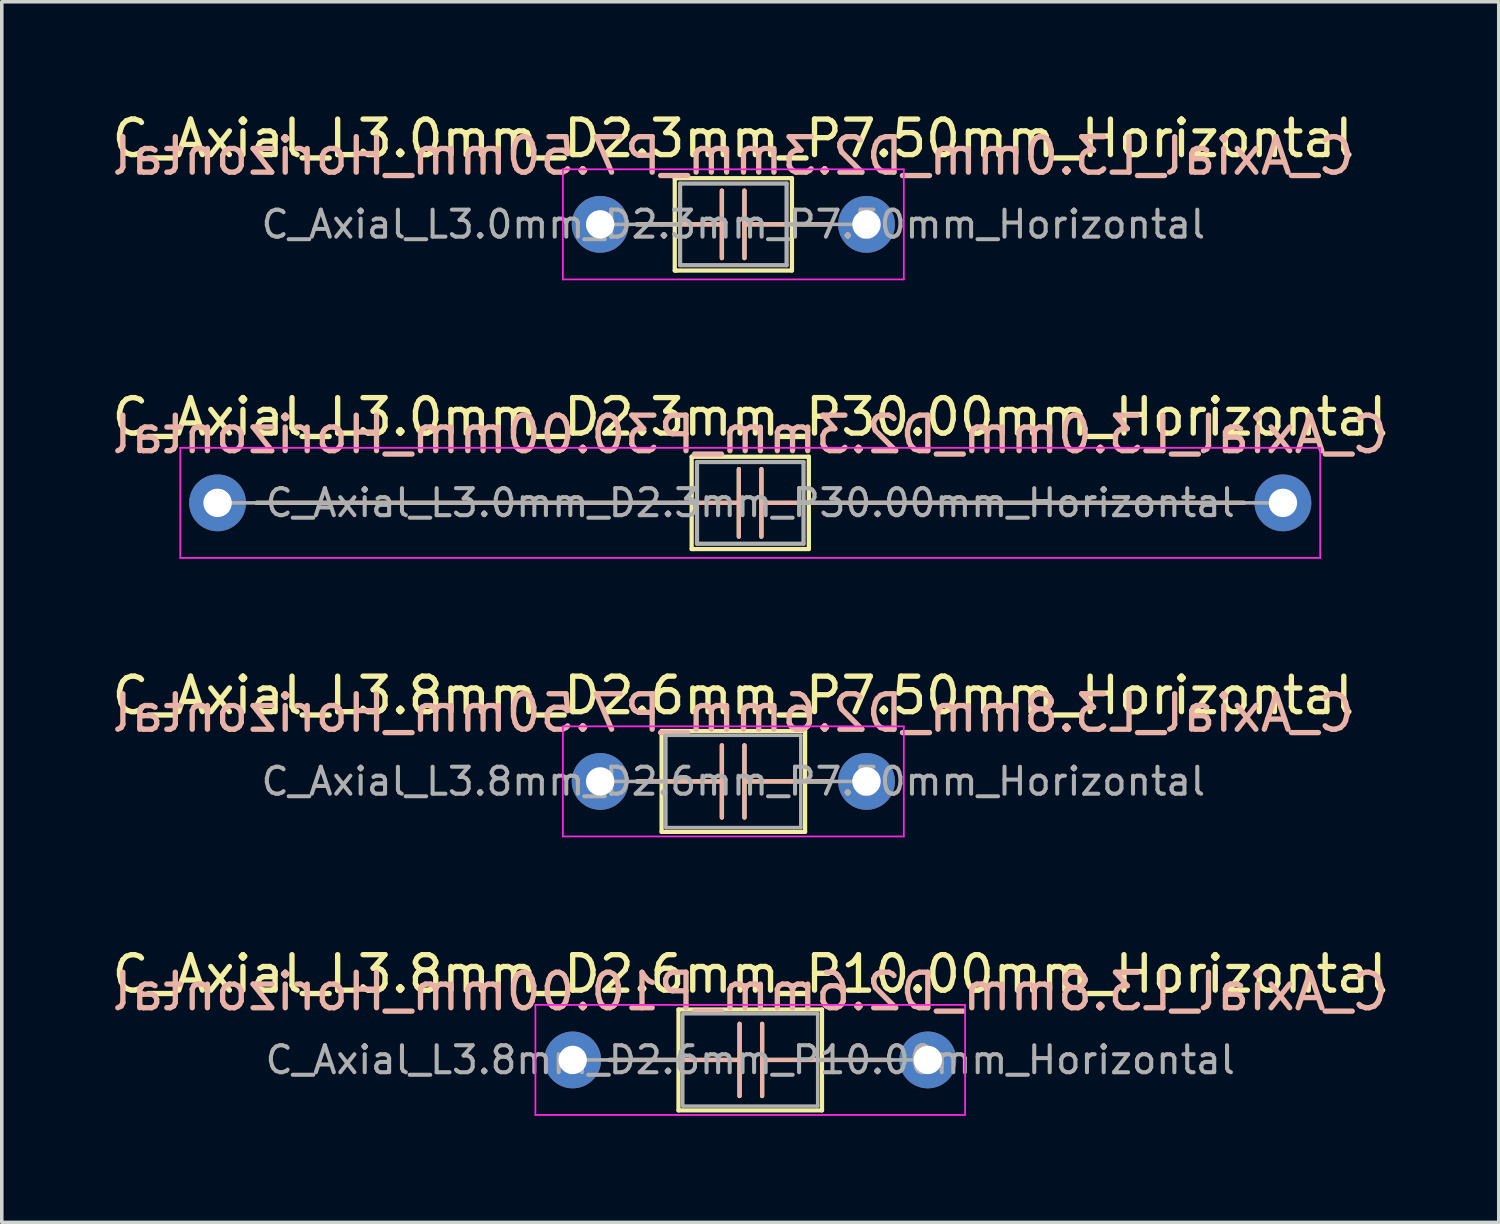
<source format=kicad_pcb>
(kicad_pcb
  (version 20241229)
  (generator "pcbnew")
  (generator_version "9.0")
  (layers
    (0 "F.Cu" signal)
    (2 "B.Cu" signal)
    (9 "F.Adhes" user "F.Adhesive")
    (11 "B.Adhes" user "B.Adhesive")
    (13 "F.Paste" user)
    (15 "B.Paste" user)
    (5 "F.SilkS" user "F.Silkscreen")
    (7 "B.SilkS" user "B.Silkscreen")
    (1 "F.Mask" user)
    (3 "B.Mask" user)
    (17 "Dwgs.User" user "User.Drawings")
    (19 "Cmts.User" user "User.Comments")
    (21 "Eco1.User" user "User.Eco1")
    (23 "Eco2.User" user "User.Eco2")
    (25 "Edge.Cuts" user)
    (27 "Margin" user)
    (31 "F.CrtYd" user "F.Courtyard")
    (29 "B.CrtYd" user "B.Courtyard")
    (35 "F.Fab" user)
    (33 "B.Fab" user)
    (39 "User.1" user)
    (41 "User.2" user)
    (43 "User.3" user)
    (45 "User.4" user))
  (footprint "C_Axial_L3.8mm_D2.6mm_P10.00mm_Horizontal"
    (layer "F.Cu")
    (at 13.077 26.798)
    (property "Reference" "C_Axial_L3.8mm_D2.6mm_P10.00mm_Horizontal" (at 5 -2.42 0) (layer "F.SilkS") (effects (font (size 1 1) (thickness 0.15))))
    (fp_line (start 1.04 0) (end 2.98 0) (stroke (width 0.12) (type solid)) (layer "F.SilkS"))
    (fp_line (start 2.98 -1.42) (end 2.98 1.42) (stroke (width 0.12) (type solid)) (layer "F.SilkS"))
    (fp_line (start 2.98 0) (end 4.699 0) (stroke (width 0.12) (type solid)) (layer "F.SilkS"))
    (fp_line (start 2.98 1.42) (end 7.02 1.42) (stroke (width 0.12) (type solid)) (layer "F.SilkS"))
    (fp_line (start 4.699 0) (end 4.699 -1.016) (stroke (width 0.12) (type solid)) (layer "F.SilkS"))
    (fp_line (start 4.699 0) (end 4.699 1.016) (stroke (width 0.12) (type solid)) (layer "F.SilkS"))
    (fp_line (start 5.334 0) (end 5.334 -1.016) (stroke (width 0.12) (type solid)) (layer "F.SilkS"))
    (fp_line (start 5.334 0) (end 5.334 1.016) (stroke (width 0.12) (type solid)) (layer "F.SilkS"))
    (fp_line (start 7.02 -1.42) (end 2.98 -1.42) (stroke (width 0.12) (type solid)) (layer "F.SilkS"))
    (fp_line (start 7.02 0) (end 5.334 0) (stroke (width 0.12) (type solid)) (layer "F.SilkS"))
    (fp_line (start 7.02 1.42) (end 7.02 -1.42) (stroke (width 0.12) (type solid)) (layer "F.SilkS"))
    (fp_line (start 8.96 0) (end 7.02 0) (stroke (width 0.12) (type solid)) (layer "F.SilkS"))
    (fp_line (start 1.041 0) (end 2.981 0) (stroke (width 0.12) (type solid)) (layer "B.SilkS"))
    (fp_line (start 2.981 0) (end 4.7 0) (stroke (width 0.12) (type solid)) (layer "B.SilkS"))
    (fp_line (start 4.7 0) (end 4.7 -1.016) (stroke (width 0.12) (type solid)) (layer "B.SilkS"))
    (fp_line (start 4.7 0) (end 4.7 1.016) (stroke (width 0.12) (type solid)) (layer "B.SilkS"))
    (fp_line (start 5.335 0) (end 5.335 -1.016) (stroke (width 0.12) (type solid)) (layer "B.SilkS"))
    (fp_line (start 5.335 0) (end 5.335 1.016) (stroke (width 0.12) (type solid)) (layer "B.SilkS"))
    (fp_line (start 7.021 0) (end 5.335 0) (stroke (width 0.12) (type solid)) (layer "B.SilkS"))
    (fp_line (start 8.961 0) (end 7.021 0) (stroke (width 0.12) (type solid)) (layer "B.SilkS"))
    (fp_line (start -1.05 -1.55) (end -1.05 1.55) (stroke (width 0.05) (type solid)) (layer "F.CrtYd"))
    (fp_line (start -1.05 1.55) (end 11.05 1.55) (stroke (width 0.05) (type solid)) (layer "F.CrtYd"))
    (fp_line (start 11.05 -1.55) (end -1.05 -1.55) (stroke (width 0.05) (type solid)) (layer "F.CrtYd"))
    (fp_line (start 11.05 1.55) (end 11.05 -1.55) (stroke (width 0.05) (type solid)) (layer "F.CrtYd"))
    (fp_line (start 0 0) (end 3.1 0) (stroke (width 0.1) (type solid)) (layer "F.Fab"))
    (fp_line (start 3.1 -1.3) (end 3.1 1.3) (stroke (width 0.1) (type solid)) (layer "F.Fab"))
    (fp_line (start 3.1 1.3) (end 6.9 1.3) (stroke (width 0.1) (type solid)) (layer "F.Fab"))
    (fp_line (start 6.9 -1.3) (end 3.1 -1.3) (stroke (width 0.1) (type solid)) (layer "F.Fab"))
    (fp_line (start 6.9 1.3) (end 6.9 -1.3) (stroke (width 0.1) (type solid)) (layer "F.Fab"))
    (fp_line (start 10 0) (end 6.9 0) (stroke (width 0.1) (type solid)) (layer "F.Fab"))
    (fp_text user "${REFERENCE}" (at 5 -1.925 0) (layer "B.SilkS") (effects (font (size 1 1) (thickness 0.15)) (justify mirror)))
    (fp_text user "${REFERENCE}" (at 5 0 0) (layer "F.Fab") (effects (font (size 0.76 0.76) (thickness 0.114))))
    (pad "1" thru_hole circle (at 0 0) (size 1.6 1.6) (drill 0.8) (layers "*.Cu" "*.Mask"))
    (pad "2" thru_hole oval (at 10 0) (size 1.6 1.6) (drill 0.8) (layers "*.Cu" "*.Mask")))
  (footprint "C_Axial_L3.0mm_D2.3mm_P30.00mm_Horizontal"
    (layer "F.Cu")
    (at 3.077 11.111)
    (property "Reference" "C_Axial_L3.0mm_D2.3mm_P30.00mm_Horizontal" (at 15 -2.42 0) (layer "F.SilkS") (effects (font (size 1 1) (thickness 0.15))))
    (fp_line (start 1.1 0) (end 12.98 0) (stroke (width 0.12) (type solid)) (layer "F.SilkS"))
    (fp_line (start 12.98 0) (end 14.679 0) (stroke (width 0.12) (type solid)) (layer "F.SilkS"))
    (fp_line (start 13.35 -1.3) (end 16.65 -1.3) (stroke (width 0.12) (type solid)) (layer "F.SilkS"))
    (fp_line (start 13.35 1.3) (end 13.35 -1.3) (stroke (width 0.12) (type solid)) (layer "F.SilkS"))
    (fp_line (start 13.4 1.3) (end 13.35 1.3) (stroke (width 0.12) (type solid)) (layer "F.SilkS"))
    (fp_line (start 14.679 0) (end 14.679 -0.95) (stroke (width 0.12) (type solid)) (layer "F.SilkS"))
    (fp_line (start 14.679 0) (end 14.679 0.95) (stroke (width 0.12) (type solid)) (layer "F.SilkS"))
    (fp_line (start 15.314 0) (end 15.314 -0.95) (stroke (width 0.12) (type solid)) (layer "F.SilkS"))
    (fp_line (start 15.314 0) (end 15.314 0.95) (stroke (width 0.12) (type solid)) (layer "F.SilkS"))
    (fp_line (start 16.65 -1.3) (end 16.65 0) (stroke (width 0.12) (type solid)) (layer "F.SilkS"))
    (fp_line (start 16.65 0) (end 16.65 1.3) (stroke (width 0.12) (type solid)) (layer "F.SilkS"))
    (fp_line (start 16.65 1.3) (end 13.4 1.3) (stroke (width 0.12) (type solid)) (layer "F.SilkS"))
    (fp_line (start 16.711 0) (end 15.314 0) (stroke (width 0.12) (type solid)) (layer "F.SilkS"))
    (fp_line (start 28.9 0) (end 16.711 0) (stroke (width 0.12) (type solid)) (layer "F.SilkS"))
    (fp_line (start 1.1 0) (end 12.98 0) (stroke (width 0.12) (type solid)) (layer "B.SilkS"))
    (fp_line (start 12.98 0) (end 14.679 0) (stroke (width 0.12) (type solid)) (layer "B.SilkS"))
    (fp_line (start 14.679 0) (end 14.679 -0.95) (stroke (width 0.12) (type solid)) (layer "B.SilkS"))
    (fp_line (start 14.679 0) (end 14.679 0.95) (stroke (width 0.12) (type solid)) (layer "B.SilkS"))
    (fp_line (start 15.314 0) (end 15.314 -0.95) (stroke (width 0.12) (type solid)) (layer "B.SilkS"))
    (fp_line (start 15.314 0) (end 15.314 0.95) (stroke (width 0.12) (type solid)) (layer "B.SilkS"))
    (fp_line (start 16.711 0) (end 15.314 0) (stroke (width 0.12) (type solid)) (layer "B.SilkS"))
    (fp_line (start 28.9 0) (end 16.711 0) (stroke (width 0.12) (type solid)) (layer "B.SilkS"))
    (fp_line (start -1.05 -1.55) (end -1.05 1.55) (stroke (width 0.05) (type solid)) (layer "F.CrtYd"))
    (fp_line (start -1.05 1.55) (end 31.05 1.55) (stroke (width 0.05) (type solid)) (layer "F.CrtYd"))
    (fp_line (start 31.05 -1.55) (end -1.05 -1.55) (stroke (width 0.05) (type solid)) (layer "F.CrtYd"))
    (fp_line (start 31.05 1.55) (end 31.05 -1.55) (stroke (width 0.05) (type solid)) (layer "F.CrtYd"))
    (fp_line (start 0 0) (end 13.5 0) (stroke (width 0.1) (type solid)) (layer "F.Fab"))
    (fp_line (start 13.5 -1.15) (end 16.5 -1.15) (stroke (width 0.12) (type solid)) (layer "F.Fab"))
    (fp_line (start 13.5 0) (end 13.5 -1.15) (stroke (width 0.12) (type solid)) (layer "F.Fab"))
    (fp_line (start 13.5 1.15) (end 13.5 0) (stroke (width 0.12) (type solid)) (layer "F.Fab"))
    (fp_line (start 16.5 -1.15) (end 16.5 0) (stroke (width 0.12) (type solid)) (layer "F.Fab"))
    (fp_line (start 16.5 0) (end 16.5 1.15) (stroke (width 0.12) (type solid)) (layer "F.Fab"))
    (fp_line (start 16.5 1.15) (end 13.5 1.15) (stroke (width 0.12) (type solid)) (layer "F.Fab"))
    (fp_line (start 30 0) (end 16.5 0) (stroke (width 0.1) (type solid)) (layer "F.Fab"))
    (fp_text user "${REFERENCE}" (at 15 -1.925 0) (layer "B.SilkS") (effects (font (size 1 1) (thickness 0.15)) (justify mirror)))
    (fp_text user "${REFERENCE}" (at 15 0 0) (layer "F.Fab") (effects (font (size 0.76 0.76) (thickness 0.114))))
    (pad "1" thru_hole circle (at 0 0) (size 1.6 1.6) (drill 0.8) (layers "*.Cu" "*.Mask"))
    (pad "2" thru_hole oval (at 30 0) (size 1.6 1.6) (drill 0.8) (layers "*.Cu" "*.Mask")))
  (footprint "C_Axial_L3.8mm_D2.6mm_P7.50mm_Horizontal"
    (layer "F.Cu")
    (at 13.851 18.955)
    (property "Reference" "C_Axial_L3.8mm_D2.6mm_P7.50mm_Horizontal" (at 3.75 -2.42 0) (layer "F.SilkS") (effects (font (size 1 1) (thickness 0.15))))
    (fp_line (start 1.04 0) (end 1.73 0) (stroke (width 0.12) (type solid)) (layer "F.SilkS"))
    (fp_line (start 1.73 -1.42) (end 1.73 1.42) (stroke (width 0.12) (type solid)) (layer "F.SilkS"))
    (fp_line (start 1.73 0) (end 3.429 0) (stroke (width 0.12) (type solid)) (layer "F.SilkS"))
    (fp_line (start 1.73 1.42) (end 5.77 1.42) (stroke (width 0.12) (type solid)) (layer "F.SilkS"))
    (fp_line (start 3.429 0) (end 3.429 -1.016) (stroke (width 0.12) (type solid)) (layer "F.SilkS"))
    (fp_line (start 3.429 0) (end 3.429 1.016) (stroke (width 0.12) (type solid)) (layer "F.SilkS"))
    (fp_line (start 4.064 0) (end 4.064 -1.016) (stroke (width 0.12) (type solid)) (layer "F.SilkS"))
    (fp_line (start 4.064 0) (end 4.064 1.016) (stroke (width 0.12) (type solid)) (layer "F.SilkS"))
    (fp_line (start 5.77 -1.42) (end 1.73 -1.42) (stroke (width 0.12) (type solid)) (layer "F.SilkS"))
    (fp_line (start 5.77 0) (end 4.064 0) (stroke (width 0.12) (type solid)) (layer "F.SilkS"))
    (fp_line (start 5.77 1.42) (end 5.77 -1.42) (stroke (width 0.12) (type solid)) (layer "F.SilkS"))
    (fp_line (start 6.46 0) (end 5.77 0) (stroke (width 0.12) (type solid)) (layer "F.SilkS"))
    (fp_line (start 1.036 0) (end 1.726 0) (stroke (width 0.12) (type solid)) (layer "B.SilkS"))
    (fp_line (start 1.726 0) (end 3.425 0) (stroke (width 0.12) (type solid)) (layer "B.SilkS"))
    (fp_line (start 3.425 0) (end 3.425 -1.016) (stroke (width 0.12) (type solid)) (layer "B.SilkS"))
    (fp_line (start 3.425 0) (end 3.425 1.016) (stroke (width 0.12) (type solid)) (layer "B.SilkS"))
    (fp_line (start 4.06 0) (end 4.06 -1.016) (stroke (width 0.12) (type solid)) (layer "B.SilkS"))
    (fp_line (start 4.06 0) (end 4.06 1.016) (stroke (width 0.12) (type solid)) (layer "B.SilkS"))
    (fp_line (start 5.766 0) (end 4.06 0) (stroke (width 0.12) (type solid)) (layer "B.SilkS"))
    (fp_line (start 6.456 0) (end 5.766 0) (stroke (width 0.12) (type solid)) (layer "B.SilkS"))
    (fp_line (start -1.05 -1.55) (end -1.05 1.55) (stroke (width 0.05) (type solid)) (layer "F.CrtYd"))
    (fp_line (start -1.05 1.55) (end 8.55 1.55) (stroke (width 0.05) (type solid)) (layer "F.CrtYd"))
    (fp_line (start 8.55 -1.55) (end -1.05 -1.55) (stroke (width 0.05) (type solid)) (layer "F.CrtYd"))
    (fp_line (start 8.55 1.55) (end 8.55 -1.55) (stroke (width 0.05) (type solid)) (layer "F.CrtYd"))
    (fp_line (start 0 0) (end 1.85 0) (stroke (width 0.1) (type solid)) (layer "F.Fab"))
    (fp_line (start 1.85 -1.3) (end 1.85 1.3) (stroke (width 0.1) (type solid)) (layer "F.Fab"))
    (fp_line (start 1.85 1.3) (end 5.65 1.3) (stroke (width 0.1) (type solid)) (layer "F.Fab"))
    (fp_line (start 5.65 -1.3) (end 1.85 -1.3) (stroke (width 0.1) (type solid)) (layer "F.Fab"))
    (fp_line (start 5.65 1.3) (end 5.65 -1.3) (stroke (width 0.1) (type solid)) (layer "F.Fab"))
    (fp_line (start 7.5 0) (end 5.65 0) (stroke (width 0.1) (type solid)) (layer "F.Fab"))
    (fp_text user "${REFERENCE}" (at 3.75 -1.925 0) (layer "B.SilkS") (effects (font (size 1 1) (thickness 0.15)) (justify mirror)))
    (fp_text user "${REFERENCE}" (at 3.75 0 0) (layer "F.Fab") (effects (font (size 0.76 0.76) (thickness 0.114))))
    (pad "1" thru_hole circle (at 0 0) (size 1.6 1.6) (drill 0.8) (layers "*.Cu" "*.Mask"))
    (pad "2" thru_hole oval (at 7.5 0) (size 1.6 1.6) (drill 0.8) (layers "*.Cu" "*.Mask")))
  (footprint "C_Axial_L3.0mm_D2.3mm_P7.50mm_Horizontal"
    (layer "F.Cu")
    (at 13.851 3.268)
    (property "Reference" "C_Axial_L3.0mm_D2.3mm_P7.50mm_Horizontal" (at 3.75 -2.42 0) (layer "F.SilkS") (effects (font (size 1 1) (thickness 0.15))))
    (fp_line (start 1.04 0) (end 1.73 0) (stroke (width 0.12) (type solid)) (layer "F.SilkS"))
    (fp_line (start 1.73 0) (end 3.429 0) (stroke (width 0.12) (type solid)) (layer "F.SilkS"))
    (fp_line (start 2.1 -1.3) (end 5.4 -1.3) (stroke (width 0.12) (type solid)) (layer "F.SilkS"))
    (fp_line (start 2.1 1.3) (end 2.1 -1.3) (stroke (width 0.12) (type solid)) (layer "F.SilkS"))
    (fp_line (start 2.15 1.3) (end 2.1 1.3) (stroke (width 0.12) (type solid)) (layer "F.SilkS"))
    (fp_line (start 3.429 0) (end 3.429 -0.95) (stroke (width 0.12) (type solid)) (layer "F.SilkS"))
    (fp_line (start 3.429 0) (end 3.429 0.95) (stroke (width 0.12) (type solid)) (layer "F.SilkS"))
    (fp_line (start 4.064 0) (end 4.064 -0.95) (stroke (width 0.12) (type solid)) (layer "F.SilkS"))
    (fp_line (start 4.064 0) (end 4.064 0.95) (stroke (width 0.12) (type solid)) (layer "F.SilkS"))
    (fp_line (start 5.4 -1.3) (end 5.4 0) (stroke (width 0.12) (type solid)) (layer "F.SilkS"))
    (fp_line (start 5.4 0) (end 5.4 1.3) (stroke (width 0.12) (type solid)) (layer "F.SilkS"))
    (fp_line (start 5.4 1.3) (end 2.15 1.3) (stroke (width 0.12) (type solid)) (layer "F.SilkS"))
    (fp_line (start 5.461 0) (end 4.064 0) (stroke (width 0.12) (type solid)) (layer "F.SilkS"))
    (fp_line (start 6.46 0) (end 5.461 0) (stroke (width 0.12) (type solid)) (layer "F.SilkS"))
    (fp_line (start 1.029 0) (end 2.028 0) (stroke (width 0.12) (type solid)) (layer "B.SilkS"))
    (fp_line (start 2.028 0) (end 3.425 0) (stroke (width 0.12) (type solid)) (layer "B.SilkS"))
    (fp_line (start 3.425 0) (end 3.425 -0.95) (stroke (width 0.12) (type solid)) (layer "B.SilkS"))
    (fp_line (start 3.425 0) (end 3.425 0.95) (stroke (width 0.12) (type solid)) (layer "B.SilkS"))
    (fp_line (start 4.06 0) (end 4.06 -0.95) (stroke (width 0.12) (type solid)) (layer "B.SilkS"))
    (fp_line (start 4.06 0) (end 4.06 0.95) (stroke (width 0.12) (type solid)) (layer "B.SilkS"))
    (fp_line (start 5.759 0) (end 4.06 0) (stroke (width 0.12) (type solid)) (layer "B.SilkS"))
    (fp_line (start 6.449 0) (end 5.759 0) (stroke (width 0.12) (type solid)) (layer "B.SilkS"))
    (fp_line (start -1.05 -1.55) (end -1.05 1.55) (stroke (width 0.05) (type solid)) (layer "F.CrtYd"))
    (fp_line (start -1.05 1.55) (end 8.55 1.55) (stroke (width 0.05) (type solid)) (layer "F.CrtYd"))
    (fp_line (start 8.55 -1.55) (end -1.05 -1.55) (stroke (width 0.05) (type solid)) (layer "F.CrtYd"))
    (fp_line (start 8.55 1.55) (end 8.55 -1.55) (stroke (width 0.05) (type solid)) (layer "F.CrtYd"))
    (fp_line (start 0 0) (end 2.25 0) (stroke (width 0.1) (type solid)) (layer "F.Fab"))
    (fp_line (start 2.25 -1.15) (end 5.25 -1.15) (stroke (width 0.12) (type solid)) (layer "F.Fab"))
    (fp_line (start 2.25 0) (end 2.25 -1.15) (stroke (width 0.12) (type solid)) (layer "F.Fab"))
    (fp_line (start 2.25 1.15) (end 2.25 0) (stroke (width 0.12) (type solid)) (layer "F.Fab"))
    (fp_line (start 5.25 -1.15) (end 5.25 0) (stroke (width 0.12) (type solid)) (layer "F.Fab"))
    (fp_line (start 5.25 0) (end 5.25 1.15) (stroke (width 0.12) (type solid)) (layer "F.Fab"))
    (fp_line (start 5.25 1.15) (end 2.25 1.15) (stroke (width 0.12) (type solid)) (layer "F.Fab"))
    (fp_line (start 7.5 0) (end 5.25 0) (stroke (width 0.1) (type solid)) (layer "F.Fab"))
    (fp_text user "${REFERENCE}" (at 3.75 -1.925 0) (layer "B.SilkS") (effects (font (size 1 1) (thickness 0.15)) (justify mirror)))
    (fp_text user "${REFERENCE}" (at 3.75 0 0) (layer "F.Fab") (effects (font (size 0.76 0.76) (thickness 0.114))))
    (pad "1" thru_hole circle (at 0 0) (size 1.6 1.6) (drill 0.8) (layers "*.Cu" "*.Mask"))
    (pad "2" thru_hole oval (at 7.5 0) (size 1.6 1.6) (drill 0.8) (layers "*.Cu" "*.Mask")))
  (gr_rect
    (start -3 -3)
    (end 39.155 31.373)
    (stroke (width 0.1) (type default))
    (fill no)
    (layer "Edge.Cuts")))
</source>
